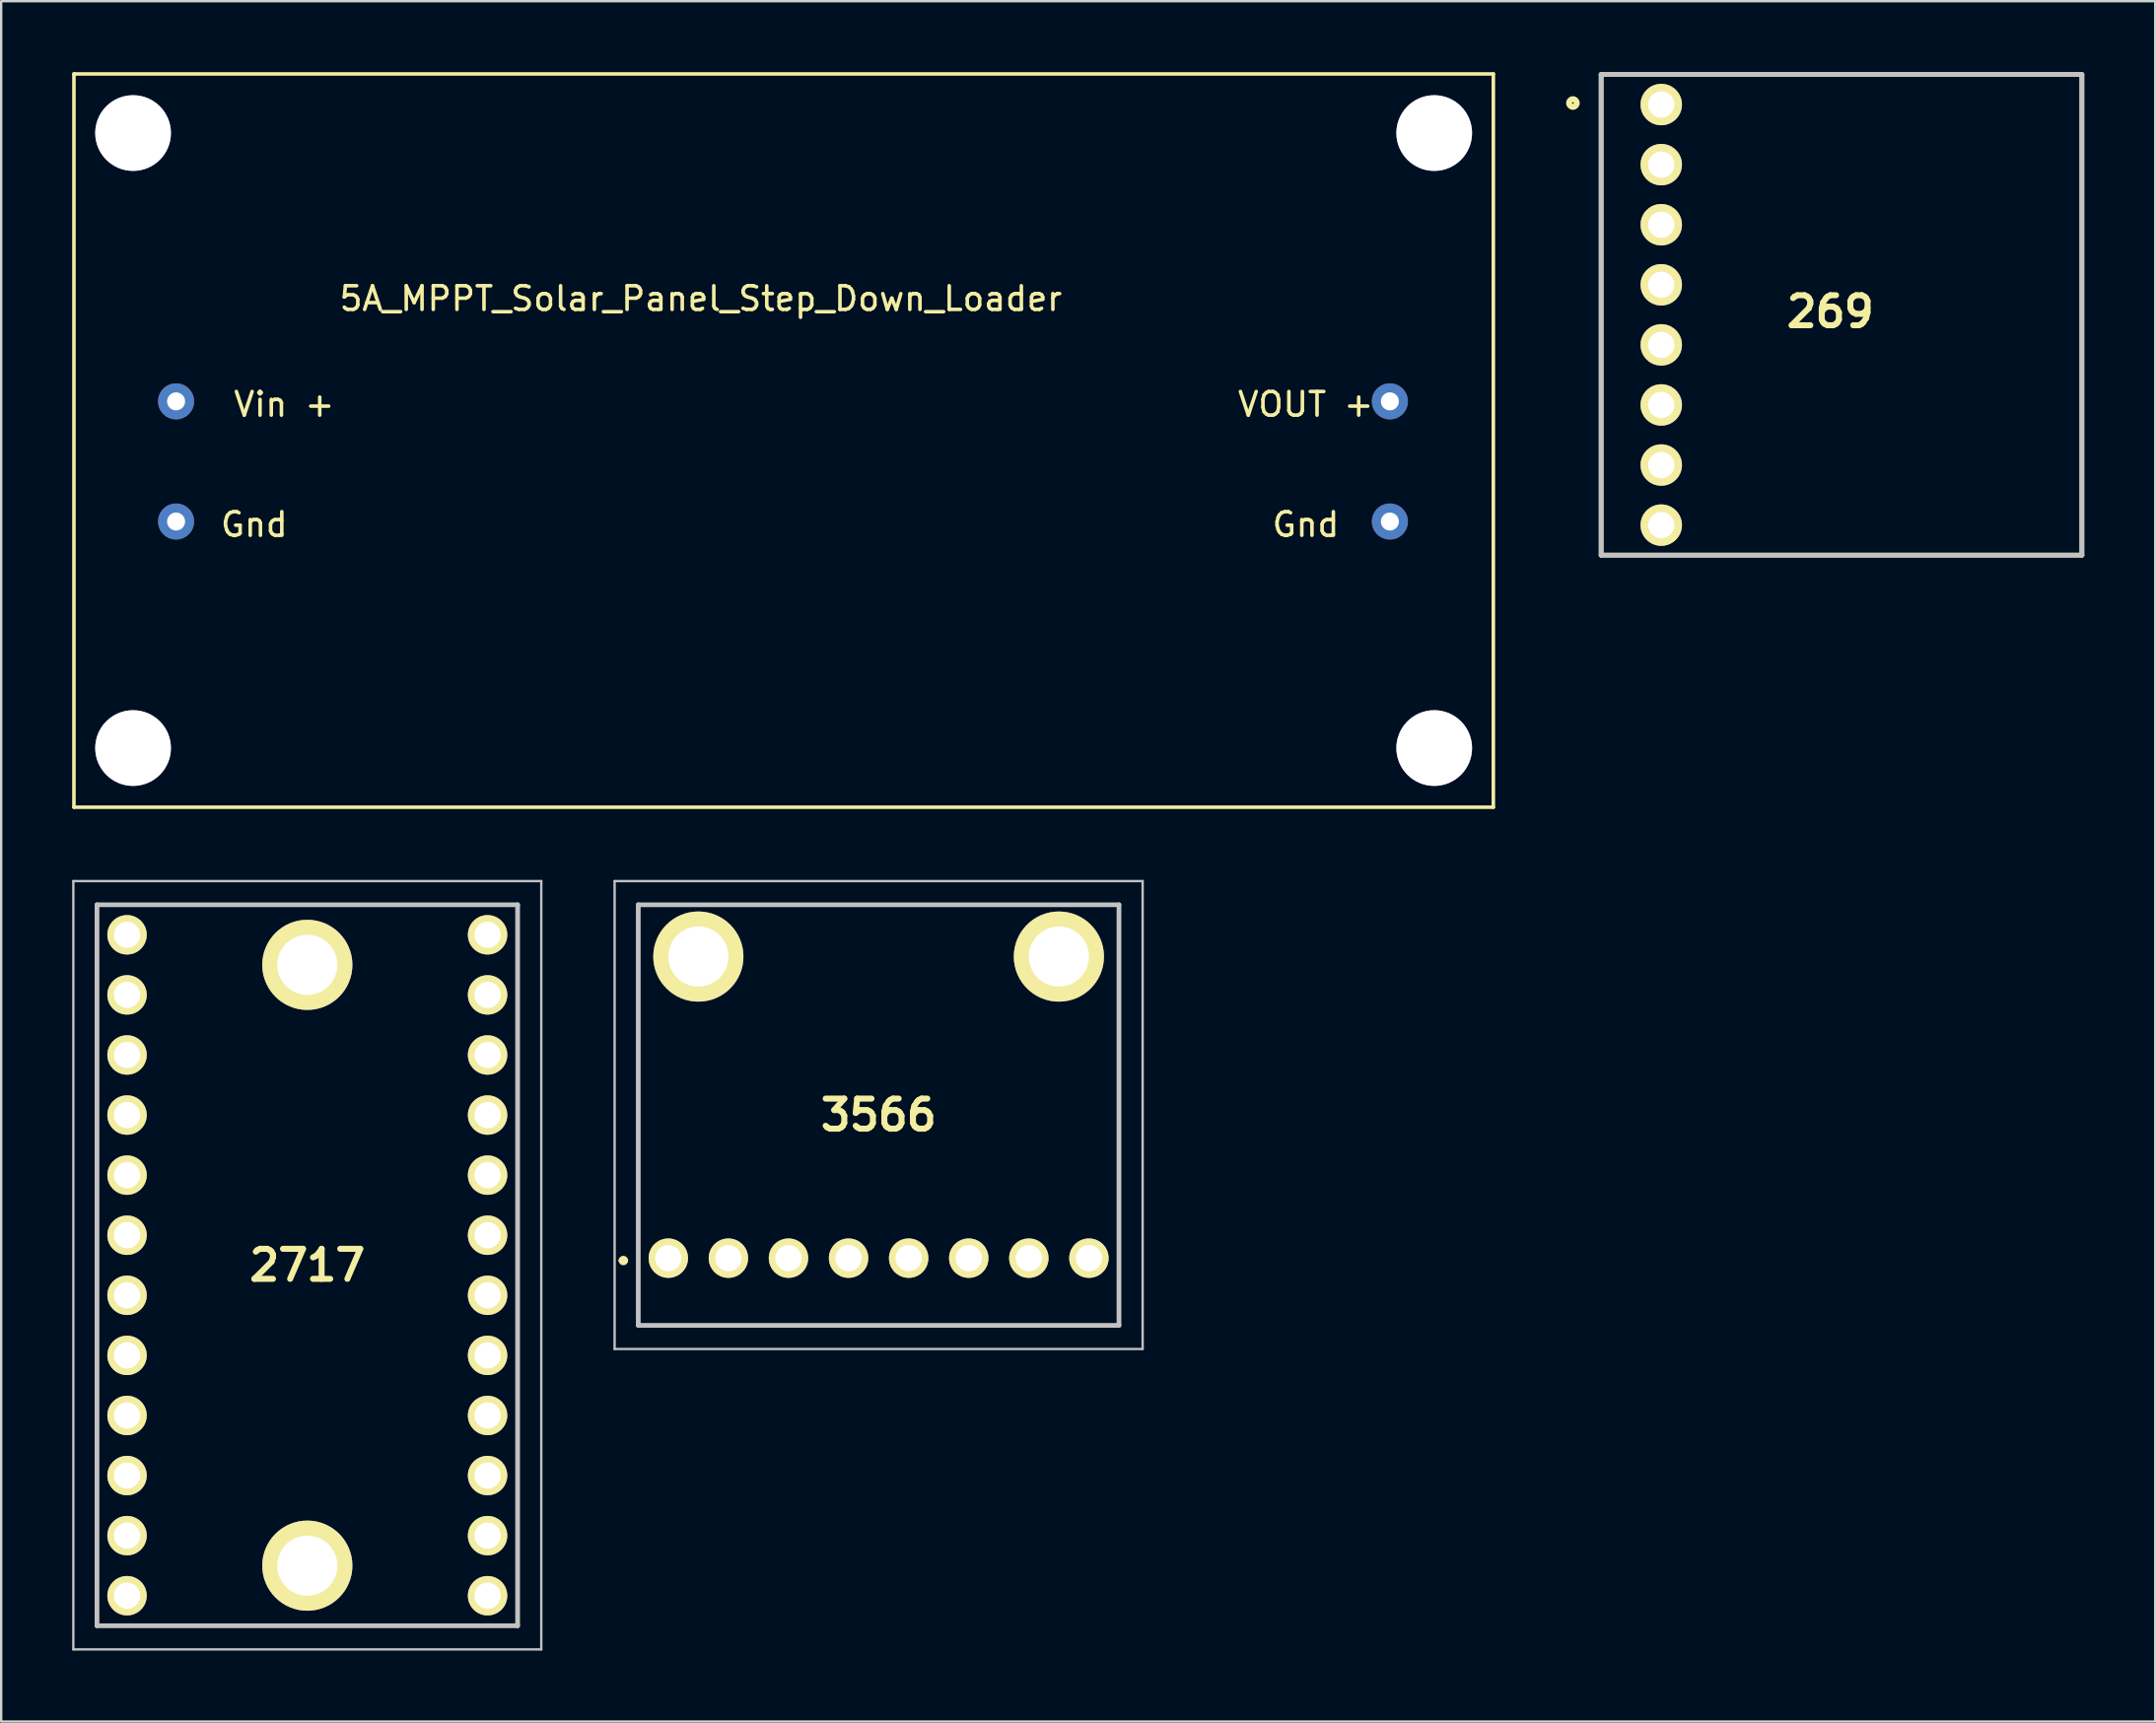
<source format=kicad_pcb>
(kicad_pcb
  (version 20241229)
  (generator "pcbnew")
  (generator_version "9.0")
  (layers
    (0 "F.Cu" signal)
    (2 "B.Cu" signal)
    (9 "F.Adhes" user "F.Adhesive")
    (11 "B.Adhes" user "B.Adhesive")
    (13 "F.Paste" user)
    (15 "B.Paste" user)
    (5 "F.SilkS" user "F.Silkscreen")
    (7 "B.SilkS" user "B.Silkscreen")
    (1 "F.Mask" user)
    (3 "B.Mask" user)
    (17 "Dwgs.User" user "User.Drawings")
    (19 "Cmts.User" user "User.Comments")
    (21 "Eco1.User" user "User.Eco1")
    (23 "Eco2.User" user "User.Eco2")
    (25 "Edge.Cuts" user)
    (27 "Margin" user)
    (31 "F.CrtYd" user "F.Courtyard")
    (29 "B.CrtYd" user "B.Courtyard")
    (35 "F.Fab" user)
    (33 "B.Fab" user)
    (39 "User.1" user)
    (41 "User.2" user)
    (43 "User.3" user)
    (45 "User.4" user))
  (footprint "5A_MPPT_Solar_Panel_Step_Down_Loader"
    (layer "F.Cu")
    (at 30.075 15.575)
    (property "Reference" "5A_MPPT_Solar_Panel_Step_Down_Loader" (at -3.5 -6 0) (unlocked yes) (layer "F.SilkS") (effects (font (size 1 1) (thickness 0.15))))
    (attr through_hole)
    (fp_line (start -30 -15.5) (end -30 15.5) (stroke (width 0.15) (type solid)) (layer "F.SilkS"))
    (fp_line (start -30 -15.5) (end 30 -15.5) (stroke (width 0.15) (type solid)) (layer "F.SilkS"))
    (fp_line (start 30 -15.5) (end 30 15.5) (stroke (width 0.15) (type solid)) (layer "F.SilkS"))
    (fp_line (start 30 15.5) (end -30 15.5) (stroke (width 0.15) (type solid)) (layer "F.SilkS"))
    (fp_text user "Vin +" (at -21.11 -1.53 0) (unlocked yes) (layer "F.SilkS") (effects (font (size 1 1) (thickness 0.15))))
    (fp_text user "Gnd" (at -22.38 3.55 0) (unlocked yes) (layer "F.SilkS") (effects (font (size 1 1) (thickness 0.15))))
    (fp_text user "VOUT +" (at 22.07 -1.53 0) (unlocked yes) (layer "F.SilkS") (effects (font (size 1 1) (thickness 0.15))))
    (fp_text user "Gnd" (at 22.07 3.55 0) (unlocked yes) (layer "F.SilkS") (effects (font (size 1 1) (thickness 0.15))))
    (pad "" thru_hole circle (at -27.5 -13) (size 3.2 3.2) (drill 3.2) (layers "*.Cu" "*.Mask"))
    (pad "" thru_hole circle (at -27.5 13) (size 3.2 3.2) (drill 3.2) (layers "*.Cu" "*.Mask"))
    (pad "" thru_hole circle (at 27.5 -13) (size 3.2 3.2) (drill 3.2) (layers "*.Cu" "*.Mask"))
    (pad "" thru_hole circle (at 27.5 13) (size 3.2 3.2) (drill 3.2) (layers "*.Cu" "*.Mask"))
    (pad "1" thru_hole circle (at -25.682 -1.657) (size 1.524 1.524) (drill 0.762) (layers "*.Cu" "*.Mask"))
    (pad "2" thru_hole circle (at -25.682 3.423) (size 1.524 1.524) (drill 0.762) (layers "*.Cu" "*.Mask"))
    (pad "3" thru_hole circle (at 25.626 -1.657) (size 1.524 1.524) (drill 0.762) (layers "*.Cu" "*.Mask"))
    (pad "4" thru_hole circle (at 25.626 3.423) (size 1.524 1.524) (drill 0.762) (layers "*.Cu" "*.Mask")))
  (footprint "3566"
    (layer "F.Cu")
    (at 25.2 50.14)
    (property "Reference" "3566" (at 8.89 -6.05 0) (layer "F.SilkS") (effects (font (size 1.27 1.27) (thickness 0.254))))
    (attr through_hole)
    (fp_line (start -2 0.1) (end -2 0.1) (stroke (width 0.2) (type solid)) (layer "F.SilkS"))
    (fp_line (start -1.8 0.1) (end -1.8 0.1) (stroke (width 0.2) (type solid)) (layer "F.SilkS"))
    (fp_line (start -1.27 -14.94) (end 19.05 -14.94) (stroke (width 0.1) (type solid)) (layer "F.SilkS"))
    (fp_line (start -1.27 2.84) (end -1.27 -14.94) (stroke (width 0.1) (type solid)) (layer "F.SilkS"))
    (fp_line (start 19.05 -14.94) (end 19.05 2.84) (stroke (width 0.1) (type solid)) (layer "F.SilkS"))
    (fp_line (start 19.05 2.84) (end -1.27 2.84) (stroke (width 0.1) (type solid)) (layer "F.SilkS"))
    (fp_arc (start -2 0.1) (mid -1.9 0) (end -1.8 0.1) (stroke (width 0.2) (type solid)) (layer "F.SilkS"))
    (fp_arc (start -1.8 0.1) (mid -1.9 0.2) (end -2 0.1) (stroke (width 0.2) (type solid)) (layer "F.SilkS"))
    (fp_line (start -2.27 -15.94) (end 20.05 -15.94) (stroke (width 0.1) (type solid)) (layer "Dwgs.User"))
    (fp_line (start -2.27 3.84) (end -2.27 -15.94) (stroke (width 0.1) (type solid)) (layer "Dwgs.User"))
    (fp_line (start -1.27 -14.94) (end 19.05 -14.94) (stroke (width 0.2) (type solid)) (layer "Dwgs.User"))
    (fp_line (start -1.27 2.84) (end -1.27 -14.94) (stroke (width 0.2) (type solid)) (layer "Dwgs.User"))
    (fp_line (start 19.05 -14.94) (end 19.05 2.84) (stroke (width 0.2) (type solid)) (layer "Dwgs.User"))
    (fp_line (start 19.05 2.84) (end -1.27 2.84) (stroke (width 0.2) (type solid)) (layer "Dwgs.User"))
    (fp_line (start 20.05 -15.94) (end 20.05 3.84) (stroke (width 0.1) (type solid)) (layer "Dwgs.User"))
    (fp_line (start 20.05 3.84) (end -2.27 3.84) (stroke (width 0.1) (type solid)) (layer "Dwgs.User"))
    (pad "1" thru_hole circle (at 0 0 90) (size 1.665 1.665) (drill 1.11) (layers "*.Cu" "*.Mask" "F.SilkS"))
    (pad "2" thru_hole circle (at 2.54 0 90) (size 1.665 1.665) (drill 1.11) (layers "*.Cu" "*.Mask" "F.SilkS"))
    (pad "3" thru_hole circle (at 5.08 0 90) (size 1.665 1.665) (drill 1.11) (layers "*.Cu" "*.Mask" "F.SilkS"))
    (pad "4" thru_hole circle (at 7.62 0 90) (size 1.665 1.665) (drill 1.11) (layers "*.Cu" "*.Mask" "F.SilkS"))
    (pad "5" thru_hole circle (at 10.16 0 90) (size 1.665 1.665) (drill 1.11) (layers "*.Cu" "*.Mask" "F.SilkS"))
    (pad "6" thru_hole circle (at 12.7 0 90) (size 1.665 1.665) (drill 1.11) (layers "*.Cu" "*.Mask" "F.SilkS"))
    (pad "7" thru_hole circle (at 15.24 0 90) (size 1.665 1.665) (drill 1.11) (layers "*.Cu" "*.Mask" "F.SilkS"))
    (pad "8" thru_hole circle (at 17.78 0 90) (size 1.665 1.665) (drill 1.11) (layers "*.Cu" "*.Mask" "F.SilkS"))
    (pad "MH1" thru_hole circle (at 1.27 -12.75 90) (size 3.81 3.81) (drill 2.54) (layers "*.Cu" "*.Mask" "F.SilkS"))
    (pad "MH2" thru_hole circle (at 16.51 -12.75 90) (size 3.81 3.81) (drill 2.54) (layers "*.Cu" "*.Mask" "F.SilkS")))
  (footprint "2717"
    (layer "F.Cu")
    (at 9.94 50.44)
    (property "Reference" "2717" (at 0 0 0) (layer "F.SilkS") (effects (font (size 1.27 1.27) (thickness 0.254))))
    (attr through_hole)
    (fp_line (start -8.89 -15.24) (end 8.89 -15.24) (stroke (width 0.1) (type solid)) (layer "F.SilkS"))
    (fp_line (start -8.89 15.24) (end -8.89 -15.24) (stroke (width 0.1) (type solid)) (layer "F.SilkS"))
    (fp_line (start 8.89 -15.24) (end 8.89 15.24) (stroke (width 0.1) (type solid)) (layer "F.SilkS"))
    (fp_line (start 8.89 15.24) (end -8.89 15.24) (stroke (width 0.1) (type solid)) (layer "F.SilkS"))
    (fp_line (start -9.89 -16.24) (end 9.89 -16.24) (stroke (width 0.1) (type solid)) (layer "Dwgs.User"))
    (fp_line (start -9.89 16.24) (end -9.89 -16.24) (stroke (width 0.1) (type solid)) (layer "Dwgs.User"))
    (fp_line (start -8.89 -15.24) (end 8.89 -15.24) (stroke (width 0.2) (type solid)) (layer "Dwgs.User"))
    (fp_line (start -8.89 15.24) (end -8.89 -15.24) (stroke (width 0.2) (type solid)) (layer "Dwgs.User"))
    (fp_line (start 8.89 -15.24) (end 8.89 15.24) (stroke (width 0.2) (type solid)) (layer "Dwgs.User"))
    (fp_line (start 8.89 15.24) (end -8.89 15.24) (stroke (width 0.2) (type solid)) (layer "Dwgs.User"))
    (fp_line (start 9.89 -16.24) (end 9.89 16.24) (stroke (width 0.1) (type solid)) (layer "Dwgs.User"))
    (fp_line (start 9.89 16.24) (end -9.89 16.24) (stroke (width 0.1) (type solid)) (layer "Dwgs.User"))
    (pad "1" thru_hole circle (at -7.62 -13.97 90) (size 1.665 1.665) (drill 1.11) (layers "*.Cu" "*.Mask" "F.SilkS"))
    (pad "2" thru_hole circle (at -7.62 -11.43 90) (size 1.665 1.665) (drill 1.11) (layers "*.Cu" "*.Mask" "F.SilkS"))
    (pad "3" thru_hole circle (at -7.62 -8.89 90) (size 1.665 1.665) (drill 1.11) (layers "*.Cu" "*.Mask" "F.SilkS"))
    (pad "4" thru_hole circle (at -7.62 -6.35 90) (size 1.665 1.665) (drill 1.11) (layers "*.Cu" "*.Mask" "F.SilkS"))
    (pad "5" thru_hole circle (at -7.62 -3.81 90) (size 1.665 1.665) (drill 1.11) (layers "*.Cu" "*.Mask" "F.SilkS"))
    (pad "6" thru_hole circle (at -7.62 -1.27 90) (size 1.665 1.665) (drill 1.11) (layers "*.Cu" "*.Mask" "F.SilkS"))
    (pad "7" thru_hole circle (at -7.62 1.27 90) (size 1.665 1.665) (drill 1.11) (layers "*.Cu" "*.Mask" "F.SilkS"))
    (pad "8" thru_hole circle (at -7.62 3.81 90) (size 1.665 1.665) (drill 1.11) (layers "*.Cu" "*.Mask" "F.SilkS"))
    (pad "9" thru_hole circle (at -7.62 6.35 90) (size 1.665 1.665) (drill 1.11) (layers "*.Cu" "*.Mask" "F.SilkS"))
    (pad "10" thru_hole circle (at -7.62 8.89 90) (size 1.665 1.665) (drill 1.11) (layers "*.Cu" "*.Mask" "F.SilkS"))
    (pad "11" thru_hole circle (at -7.62 11.43 90) (size 1.665 1.665) (drill 1.11) (layers "*.Cu" "*.Mask" "F.SilkS"))
    (pad "12" thru_hole circle (at -7.62 13.97 90) (size 1.665 1.665) (drill 1.11) (layers "*.Cu" "*.Mask" "F.SilkS"))
    (pad "13" thru_hole circle (at 7.62 13.97 90) (size 1.665 1.665) (drill 1.11) (layers "*.Cu" "*.Mask" "F.SilkS"))
    (pad "14" thru_hole circle (at 7.62 11.43 90) (size 1.665 1.665) (drill 1.11) (layers "*.Cu" "*.Mask" "F.SilkS"))
    (pad "15" thru_hole circle (at 7.62 8.89 90) (size 1.665 1.665) (drill 1.11) (layers "*.Cu" "*.Mask" "F.SilkS"))
    (pad "16" thru_hole circle (at 7.62 6.35 90) (size 1.665 1.665) (drill 1.11) (layers "*.Cu" "*.Mask" "F.SilkS"))
    (pad "17" thru_hole circle (at 7.62 3.81 90) (size 1.665 1.665) (drill 1.11) (layers "*.Cu" "*.Mask" "F.SilkS"))
    (pad "18" thru_hole circle (at 7.62 1.27 90) (size 1.665 1.665) (drill 1.11) (layers "*.Cu" "*.Mask" "F.SilkS"))
    (pad "19" thru_hole circle (at 7.62 -1.27 90) (size 1.665 1.665) (drill 1.11) (layers "*.Cu" "*.Mask" "F.SilkS"))
    (pad "20" thru_hole circle (at 7.62 -3.81 90) (size 1.665 1.665) (drill 1.11) (layers "*.Cu" "*.Mask" "F.SilkS"))
    (pad "21" thru_hole circle (at 7.62 -6.35 90) (size 1.665 1.665) (drill 1.11) (layers "*.Cu" "*.Mask" "F.SilkS"))
    (pad "22" thru_hole circle (at 7.62 -8.89 90) (size 1.665 1.665) (drill 1.11) (layers "*.Cu" "*.Mask" "F.SilkS"))
    (pad "23" thru_hole circle (at 7.62 -11.43 90) (size 1.665 1.665) (drill 1.11) (layers "*.Cu" "*.Mask" "F.SilkS"))
    (pad "24" thru_hole circle (at 7.62 -13.97 90) (size 1.665 1.665) (drill 1.11) (layers "*.Cu" "*.Mask" "F.SilkS"))
    (pad "25" thru_hole circle (at 0 -12.7 90) (size 3.81 3.81) (drill 2.54) (layers "*.Cu" "*.Mask" "F.SilkS"))
    (pad "26" thru_hole circle (at 0 12.7 90) (size 3.81 3.81) (drill 2.54) (layers "*.Cu" "*.Mask" "F.SilkS")))
  (footprint "269"
    (layer "F.Cu")
    (at 64.632 10.26)
    (property "Reference" "269" (at 9.687 -0.134 0) (layer "F.SilkS") (effects (font (size 1.27 1.27) (thickness 0.254))))
    (attr through_hole)
    (fp_line (start 0 -10.16) (end 20.32 -10.16) (stroke (width 0.2) (type solid)) (layer "F.SilkS"))
    (fp_line (start 0 10.16) (end 0 -10.16) (stroke (width 0.2) (type solid)) (layer "F.SilkS"))
    (fp_line (start 20.32 -10.16) (end 20.32 10.16) (stroke (width 0.2) (type solid)) (layer "F.SilkS"))
    (fp_line (start 20.32 10.16) (end 0 10.16) (stroke (width 0.2) (type solid)) (layer "F.SilkS"))
    (fp_circle (center -1.194 -8.954) (end -1.355 -8.954) (stroke (width 0.254) (type solid)) (fill no) (layer "F.SilkS"))
    (fp_line (start 0 -10.16) (end 20.32 -10.16) (stroke (width 0.2) (type solid)) (layer "Dwgs.User"))
    (fp_line (start 0 10.16) (end 0 -10.16) (stroke (width 0.2) (type solid)) (layer "Dwgs.User"))
    (fp_line (start 20.32 -10.16) (end 20.32 10.16) (stroke (width 0.2) (type solid)) (layer "Dwgs.User"))
    (fp_line (start 20.32 10.16) (end 0 10.16) (stroke (width 0.2) (type solid)) (layer "Dwgs.User"))
    (pad "1" thru_hole circle (at 2.54 -8.89 90) (size 1.75 1.75) (drill 1.11) (layers "*.Cu" "*.Mask" "F.SilkS"))
    (pad "2" thru_hole circle (at 2.54 -6.35 90) (size 1.75 1.75) (drill 1.11) (layers "*.Cu" "*.Mask" "F.SilkS"))
    (pad "3" thru_hole circle (at 2.54 -3.81 90) (size 1.75 1.75) (drill 1.11) (layers "*.Cu" "*.Mask" "F.SilkS"))
    (pad "4" thru_hole circle (at 2.54 -1.27 90) (size 1.75 1.75) (drill 1.11) (layers "*.Cu" "*.Mask" "F.SilkS"))
    (pad "5" thru_hole circle (at 2.54 1.27 90) (size 1.75 1.75) (drill 1.11) (layers "*.Cu" "*.Mask" "F.SilkS"))
    (pad "6" thru_hole circle (at 2.54 3.81 90) (size 1.75 1.75) (drill 1.11) (layers "*.Cu" "*.Mask" "F.SilkS"))
    (pad "7" thru_hole circle (at 2.54 6.35 90) (size 1.75 1.75) (drill 1.11) (layers "*.Cu" "*.Mask" "F.SilkS"))
    (pad "8" thru_hole circle (at 2.54 8.89 90) (size 1.75 1.75) (drill 1.11) (layers "*.Cu" "*.Mask" "F.SilkS")))
  (gr_rect
    (start -3 -3)
    (end 88.052 69.73)
    (stroke (width 0.1) (type default))
    (fill no)
    (layer "Edge.Cuts")))
</source>
